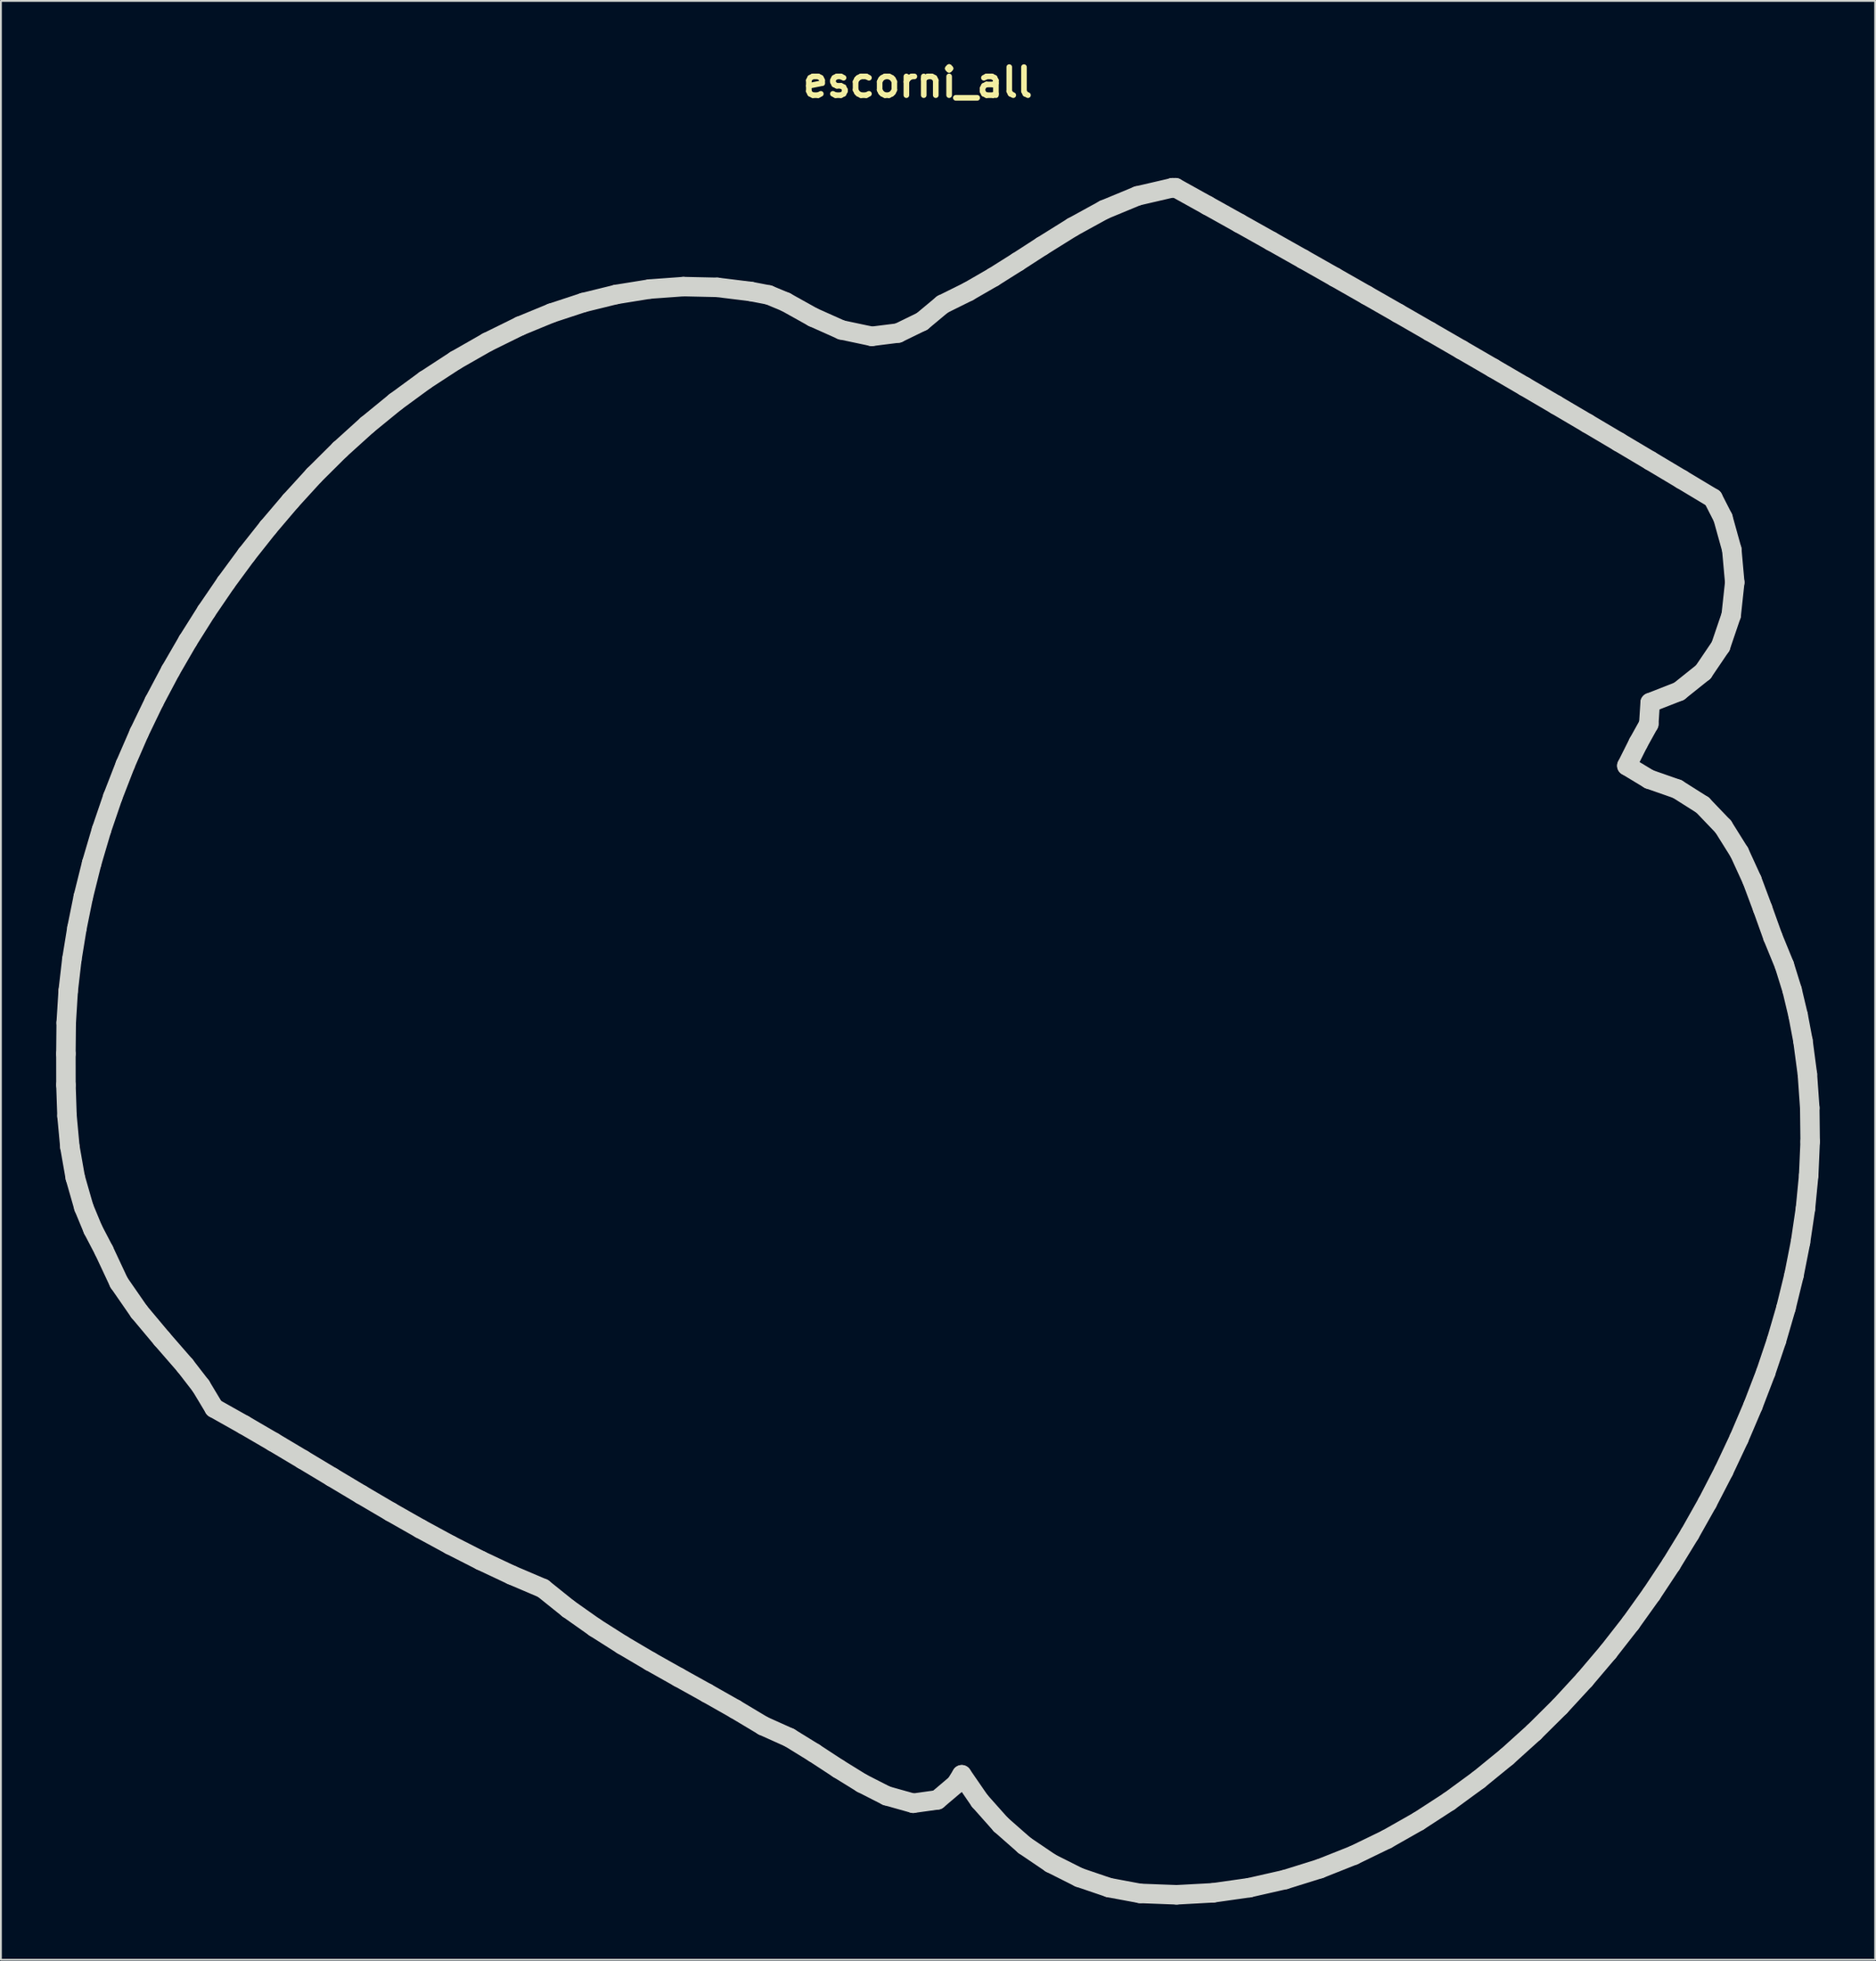
<source format=kicad_pcb>
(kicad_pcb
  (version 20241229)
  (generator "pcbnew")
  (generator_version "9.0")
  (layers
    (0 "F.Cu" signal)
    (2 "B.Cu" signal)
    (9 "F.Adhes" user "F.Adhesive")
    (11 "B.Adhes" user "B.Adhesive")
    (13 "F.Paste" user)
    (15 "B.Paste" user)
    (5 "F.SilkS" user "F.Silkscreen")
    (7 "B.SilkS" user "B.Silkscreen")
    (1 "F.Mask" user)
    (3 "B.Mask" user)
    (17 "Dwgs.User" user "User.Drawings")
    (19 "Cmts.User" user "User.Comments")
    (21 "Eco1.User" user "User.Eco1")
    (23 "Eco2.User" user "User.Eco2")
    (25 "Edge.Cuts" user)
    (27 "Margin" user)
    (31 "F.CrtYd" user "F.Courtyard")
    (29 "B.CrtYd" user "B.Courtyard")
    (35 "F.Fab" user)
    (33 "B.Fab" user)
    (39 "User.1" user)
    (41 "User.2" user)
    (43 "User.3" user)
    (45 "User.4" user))
  (footprint "escorni_all"
    (layer "F.Cu")
    (at 46.789 52.149)
    (property "Reference" "escorni_all" (at 0 -50.722 0) (layer "F.SilkS") (effects (font (size 1.524 1.524) (thickness 0.305))))
    (attr smd)
    (fp_line (start -46.26 2.012) (end -46.258 3.7) (stroke (width 1.058) (type solid)) (layer "Edge.Cuts"))
    (fp_line (start -46.258 3.7) (end -46.2 5.387) (stroke (width 1.058) (type solid)) (layer "Edge.Cuts"))
    (fp_line (start -46.243 0.324) (end -46.26 2.012) (stroke (width 1.058) (type solid)) (layer "Edge.Cuts"))
    (fp_line (start -46.2 5.387) (end -46.044 7.067) (stroke (width 1.058) (type solid)) (layer "Edge.Cuts"))
    (fp_line (start -46.136 -1.398) (end -46.243 0.324) (stroke (width 1.058) (type solid)) (layer "Edge.Cuts"))
    (fp_line (start -46.044 7.067) (end -45.752 8.729) (stroke (width 1.058) (type solid)) (layer "Edge.Cuts"))
    (fp_line (start -45.937 -3.112) (end -46.136 -1.398) (stroke (width 1.058) (type solid)) (layer "Edge.Cuts"))
    (fp_line (start -45.752 8.729) (end -45.287 10.351) (stroke (width 1.058) (type solid)) (layer "Edge.Cuts"))
    (fp_line (start -45.66 -4.814) (end -45.937 -3.112) (stroke (width 1.058) (type solid)) (layer "Edge.Cuts"))
    (fp_line (start -45.317 -6.505) (end -45.66 -4.814) (stroke (width 1.058) (type solid)) (layer "Edge.Cuts"))
    (fp_line (start -45.287 10.351) (end -44.792 11.546) (stroke (width 1.058) (type solid)) (layer "Edge.Cuts"))
    (fp_line (start -44.861 -8.335) (end -45.317 -6.505) (stroke (width 1.058) (type solid)) (layer "Edge.Cuts"))
    (fp_line (start -44.792 11.546) (end -44.193 12.694) (stroke (width 1.058) (type solid)) (layer "Edge.Cuts"))
    (fp_line (start -44.327 -10.144) (end -44.861 -8.335) (stroke (width 1.058) (type solid)) (layer "Edge.Cuts"))
    (fp_line (start -44.193 12.694) (end -43.378 14.434) (stroke (width 1.058) (type solid)) (layer "Edge.Cuts"))
    (fp_line (start -43.718 -11.929) (end -44.327 -10.144) (stroke (width 1.058) (type solid)) (layer "Edge.Cuts"))
    (fp_line (start -43.378 14.434) (end -42.283 16.015) (stroke (width 1.058) (type solid)) (layer "Edge.Cuts"))
    (fp_line (start -43.036 -13.687) (end -43.718 -11.929) (stroke (width 1.058) (type solid)) (layer "Edge.Cuts"))
    (fp_line (start -42.285 -15.417) (end -43.036 -13.687) (stroke (width 1.058) (type solid)) (layer "Edge.Cuts"))
    (fp_line (start -42.283 16.015) (end -41.048 17.489) (stroke (width 1.058) (type solid)) (layer "Edge.Cuts"))
    (fp_line (start -41.466 -17.116) (end -42.285 -15.417) (stroke (width 1.058) (type solid)) (layer "Edge.Cuts"))
    (fp_line (start -41.048 17.489) (end -39.785 18.941) (stroke (width 1.058) (type solid)) (layer "Edge.Cuts"))
    (fp_line (start -40.583 -18.782) (end -41.466 -17.116) (stroke (width 1.058) (type solid)) (layer "Edge.Cuts"))
    (fp_line (start -39.785 18.941) (end -38.929 20.048) (stroke (width 1.058) (type solid)) (layer "Edge.Cuts"))
    (fp_line (start -39.637 -20.414) (end -40.583 -18.782) (stroke (width 1.058) (type solid)) (layer "Edge.Cuts"))
    (fp_line (start -38.929 20.048) (end -38.209 21.247) (stroke (width 1.058) (type solid)) (layer "Edge.Cuts"))
    (fp_line (start -38.632 -22.009) (end -39.637 -20.414) (stroke (width 1.058) (type solid)) (layer "Edge.Cuts"))
    (fp_line (start -38.209 21.247) (end -36.594 22.155) (stroke (width 1.058) (type solid)) (layer "Edge.Cuts"))
    (fp_line (start -37.569 -23.567) (end -38.632 -22.009) (stroke (width 1.058) (type solid)) (layer "Edge.Cuts"))
    (fp_line (start -36.594 22.155) (end -34.993 23.088) (stroke (width 1.058) (type solid)) (layer "Edge.Cuts"))
    (fp_line (start -36.451 -25.086) (end -37.569 -23.567) (stroke (width 1.058) (type solid)) (layer "Edge.Cuts"))
    (fp_line (start -35.28 -26.564) (end -36.451 -25.086) (stroke (width 1.058) (type solid)) (layer "Edge.Cuts"))
    (fp_line (start -34.993 23.088) (end -33.401 24.037) (stroke (width 1.058) (type solid)) (layer "Edge.Cuts"))
    (fp_line (start -34.058 -28.001) (end -35.28 -26.564) (stroke (width 1.058) (type solid)) (layer "Edge.Cuts"))
    (fp_line (start -33.401 24.037) (end -31.812 24.991) (stroke (width 1.058) (type solid)) (layer "Edge.Cuts"))
    (fp_line (start -32.787 -29.394) (end -34.058 -28.001) (stroke (width 1.058) (type solid)) (layer "Edge.Cuts"))
    (fp_line (start -31.812 24.991) (end -30.222 25.942) (stroke (width 1.058) (type solid)) (layer "Edge.Cuts"))
    (fp_line (start -31.378 -30.794) (end -32.787 -29.394) (stroke (width 1.058) (type solid)) (layer "Edge.Cuts"))
    (fp_line (start -30.222 25.942) (end -28.624 26.88) (stroke (width 1.058) (type solid)) (layer "Edge.Cuts"))
    (fp_line (start -29.905 -32.126) (end -31.378 -30.794) (stroke (width 1.058) (type solid)) (layer "Edge.Cuts"))
    (fp_line (start -28.624 26.88) (end -27.012 27.796) (stroke (width 1.058) (type solid)) (layer "Edge.Cuts"))
    (fp_line (start -28.367 -33.382) (end -29.905 -32.126) (stroke (width 1.058) (type solid)) (layer "Edge.Cuts"))
    (fp_line (start -27.012 27.796) (end -25.384 28.68) (stroke (width 1.058) (type solid)) (layer "Edge.Cuts"))
    (fp_line (start -26.765 -34.556) (end -28.367 -33.382) (stroke (width 1.058) (type solid)) (layer "Edge.Cuts"))
    (fp_line (start -25.384 28.68) (end -23.732 29.521) (stroke (width 1.058) (type solid)) (layer "Edge.Cuts"))
    (fp_line (start -25.101 -35.64) (end -26.765 -34.556) (stroke (width 1.058) (type solid)) (layer "Edge.Cuts"))
    (fp_line (start -23.732 29.521) (end -22.056 30.31) (stroke (width 1.058) (type solid)) (layer "Edge.Cuts"))
    (fp_line (start -23.376 -36.625) (end -25.101 -35.64) (stroke (width 1.058) (type solid)) (layer "Edge.Cuts"))
    (fp_line (start -22.056 30.31) (end -20.351 31.036) (stroke (width 1.058) (type solid)) (layer "Edge.Cuts"))
    (fp_line (start -21.595 -37.502) (end -23.376 -36.625) (stroke (width 1.058) (type solid)) (layer "Edge.Cuts"))
    (fp_line (start -20.351 31.036) (end -18.975 32.14) (stroke (width 1.058) (type solid)) (layer "Edge.Cuts"))
    (fp_line (start -19.897 -38.201) (end -21.595 -37.502) (stroke (width 1.058) (type solid)) (layer "Edge.Cuts"))
    (fp_line (start -18.975 32.14) (end -17.533 33.157) (stroke (width 1.058) (type solid)) (layer "Edge.Cuts"))
    (fp_line (start -18.154 -38.775) (end -19.897 -38.201) (stroke (width 1.058) (type solid)) (layer "Edge.Cuts"))
    (fp_line (start -17.533 33.157) (end -16.043 34.103) (stroke (width 1.058) (type solid)) (layer "Edge.Cuts"))
    (fp_line (start -16.371 -39.214) (end -18.154 -38.775) (stroke (width 1.058) (type solid)) (layer "Edge.Cuts"))
    (fp_line (start -16.043 34.103) (end -14.523 34.999) (stroke (width 1.058) (type solid)) (layer "Edge.Cuts"))
    (fp_line (start -14.559 -39.506) (end -16.371 -39.214) (stroke (width 1.058) (type solid)) (layer "Edge.Cuts"))
    (fp_line (start -14.523 34.999) (end -12.985 35.864) (stroke (width 1.058) (type solid)) (layer "Edge.Cuts"))
    (fp_line (start -12.985 35.864) (end -11.442 36.721) (stroke (width 1.058) (type solid)) (layer "Edge.Cuts"))
    (fp_line (start -12.728 -39.639) (end -14.559 -39.506) (stroke (width 1.058) (type solid)) (layer "Edge.Cuts"))
    (fp_line (start -11.442 36.721) (end -9.907 37.591) (stroke (width 1.058) (type solid)) (layer "Edge.Cuts"))
    (fp_line (start -10.893 -39.599) (end -12.728 -39.639) (stroke (width 1.058) (type solid)) (layer "Edge.Cuts"))
    (fp_line (start -9.907 37.591) (end -8.393 38.497) (stroke (width 1.058) (type solid)) (layer "Edge.Cuts"))
    (fp_line (start -9.071 -39.375) (end -10.893 -39.599) (stroke (width 1.058) (type solid)) (layer "Edge.Cuts"))
    (fp_line (start -8.393 38.497) (end -6.963 39.139) (stroke (width 1.058) (type solid)) (layer "Edge.Cuts"))
    (fp_line (start -8.087 -39.185) (end -9.071 -39.375) (stroke (width 1.058) (type solid)) (layer "Edge.Cuts"))
    (fp_line (start -7.168 -38.803) (end -8.087 -39.185) (stroke (width 1.058) (type solid)) (layer "Edge.Cuts"))
    (fp_line (start -6.963 39.139) (end -5.627 39.963) (stroke (width 1.058) (type solid)) (layer "Edge.Cuts"))
    (fp_line (start -5.69 -37.979) (end -7.168 -38.803) (stroke (width 1.058) (type solid)) (layer "Edge.Cuts"))
    (fp_line (start -5.627 39.963) (end -4.313 40.822) (stroke (width 1.058) (type solid)) (layer "Edge.Cuts"))
    (fp_line (start -4.313 40.822) (end -3.033 41.612) (stroke (width 1.058) (type solid)) (layer "Edge.Cuts"))
    (fp_line (start -4.146 -37.289) (end -5.69 -37.979) (stroke (width 1.058) (type solid)) (layer "Edge.Cuts"))
    (fp_line (start -3.033 41.612) (end -1.693 42.294) (stroke (width 1.058) (type solid)) (layer "Edge.Cuts"))
    (fp_line (start -2.495 -36.939) (end -4.146 -37.289) (stroke (width 1.058) (type solid)) (layer "Edge.Cuts"))
    (fp_line (start -1.693 42.294) (end -0.249 42.7) (stroke (width 1.058) (type solid)) (layer "Edge.Cuts"))
    (fp_line (start -1.065 -37.118) (end -2.495 -36.939) (stroke (width 1.058) (type solid)) (layer "Edge.Cuts"))
    (fp_line (start -0.249 42.7) (end 1.067 42.516) (stroke (width 1.058) (type solid)) (layer "Edge.Cuts"))
    (fp_line (start 0.234 -37.75) (end -1.065 -37.118) (stroke (width 1.058) (type solid)) (layer "Edge.Cuts"))
    (fp_line (start 1.067 42.516) (end 2.081 41.657) (stroke (width 1.058) (type solid)) (layer "Edge.Cuts"))
    (fp_line (start 1.346 -38.676) (end 0.234 -37.75) (stroke (width 1.058) (type solid)) (layer "Edge.Cuts"))
    (fp_line (start 2.081 41.657) (end 2.391 41.154) (stroke (width 1.058) (type solid)) (layer "Edge.Cuts"))
    (fp_line (start 2.391 41.154) (end 3.366 42.57) (stroke (width 1.058) (type solid)) (layer "Edge.Cuts"))
    (fp_line (start 2.748 -39.371) (end 1.346 -38.676) (stroke (width 1.058) (type solid)) (layer "Edge.Cuts"))
    (fp_line (start 3.366 42.57) (end 4.508 43.854) (stroke (width 1.058) (type solid)) (layer "Edge.Cuts"))
    (fp_line (start 4.104 -40.153) (end 2.748 -39.371) (stroke (width 1.058) (type solid)) (layer "Edge.Cuts"))
    (fp_line (start 4.508 43.854) (end 5.799 44.989) (stroke (width 1.058) (type solid)) (layer "Edge.Cuts"))
    (fp_line (start 5.429 -40.987) (end 4.104 -40.153) (stroke (width 1.058) (type solid)) (layer "Edge.Cuts"))
    (fp_line (start 5.799 44.989) (end 7.222 45.953) (stroke (width 1.058) (type solid)) (layer "Edge.Cuts"))
    (fp_line (start 6.744 -41.837) (end 5.429 -40.987) (stroke (width 1.058) (type solid)) (layer "Edge.Cuts"))
    (fp_line (start 7.222 45.953) (end 8.758 46.725) (stroke (width 1.058) (type solid)) (layer "Edge.Cuts"))
    (fp_line (start 8.407 -42.873) (end 6.744 -41.837) (stroke (width 1.058) (type solid)) (layer "Edge.Cuts"))
    (fp_line (start 8.758 46.725) (end 10.384 47.279) (stroke (width 1.058) (type solid)) (layer "Edge.Cuts"))
    (fp_line (start 10.124 -43.815) (end 8.407 -42.873) (stroke (width 1.058) (type solid)) (layer "Edge.Cuts"))
    (fp_line (start 10.384 47.279) (end 12.073 47.594) (stroke (width 1.058) (type solid)) (layer "Edge.Cuts"))
    (fp_line (start 11.933 -44.564) (end 10.124 -43.815) (stroke (width 1.058) (type solid)) (layer "Edge.Cuts"))
    (fp_line (start 12.073 47.594) (end 14.058 47.669) (stroke (width 1.058) (type solid)) (layer "Edge.Cuts"))
    (fp_line (start 13.838 -45.006) (end 13.838 -45.006) (stroke (width 1.058) (type solid)) (layer "Edge.Cuts"))
    (fp_line (start 13.838 -45.006) (end 11.933 -44.564) (stroke (width 1.058) (type solid)) (layer "Edge.Cuts"))
    (fp_line (start 14.001 -45.007) (end 13.838 -45.006) (stroke (width 1.058) (type solid)) (layer "Edge.Cuts"))
    (fp_line (start 14.058 47.669) (end 16.042 47.562) (stroke (width 1.058) (type solid)) (layer "Edge.Cuts"))
    (fp_line (start 15.735 -44.044) (end 14.001 -45.007) (stroke (width 1.058) (type solid)) (layer "Edge.Cuts"))
    (fp_line (start 16.042 47.562) (end 18.009 47.283) (stroke (width 1.058) (type solid)) (layer "Edge.Cuts"))
    (fp_line (start 17.466 -43.078) (end 15.735 -44.044) (stroke (width 1.058) (type solid)) (layer "Edge.Cuts"))
    (fp_line (start 18.009 47.283) (end 19.946 46.843) (stroke (width 1.058) (type solid)) (layer "Edge.Cuts"))
    (fp_line (start 19.195 -42.108) (end 17.466 -43.078) (stroke (width 1.058) (type solid)) (layer "Edge.Cuts"))
    (fp_line (start 19.946 46.843) (end 21.842 46.252) (stroke (width 1.058) (type solid)) (layer "Edge.Cuts"))
    (fp_line (start 20.922 -41.135) (end 19.195 -42.108) (stroke (width 1.058) (type solid)) (layer "Edge.Cuts"))
    (fp_line (start 21.842 46.252) (end 23.689 45.518) (stroke (width 1.058) (type solid)) (layer "Edge.Cuts"))
    (fp_line (start 22.648 -40.157) (end 20.922 -41.135) (stroke (width 1.058) (type solid)) (layer "Edge.Cuts"))
    (fp_line (start 23.689 45.518) (end 25.476 44.651) (stroke (width 1.058) (type solid)) (layer "Edge.Cuts"))
    (fp_line (start 24.371 -39.176) (end 22.648 -40.157) (stroke (width 1.058) (type solid)) (layer "Edge.Cuts"))
    (fp_line (start 25.476 44.651) (end 27.199 43.673) (stroke (width 1.058) (type solid)) (layer "Edge.Cuts"))
    (fp_line (start 26.092 -38.192) (end 24.371 -39.176) (stroke (width 1.058) (type solid)) (layer "Edge.Cuts"))
    (fp_line (start 27.199 43.673) (end 28.862 42.594) (stroke (width 1.058) (type solid)) (layer "Edge.Cuts"))
    (fp_line (start 27.81 -37.204) (end 26.092 -38.192) (stroke (width 1.058) (type solid)) (layer "Edge.Cuts"))
    (fp_line (start 28.862 42.594) (end 30.461 41.424) (stroke (width 1.058) (type solid)) (layer "Edge.Cuts"))
    (fp_line (start 29.527 -36.212) (end 27.81 -37.204) (stroke (width 1.058) (type solid)) (layer "Edge.Cuts"))
    (fp_line (start 30.461 41.424) (end 31.997 40.171) (stroke (width 1.058) (type solid)) (layer "Edge.Cuts"))
    (fp_line (start 31.242 -35.217) (end 29.527 -36.212) (stroke (width 1.058) (type solid)) (layer "Edge.Cuts"))
    (fp_line (start 31.997 40.171) (end 33.468 38.843) (stroke (width 1.058) (type solid)) (layer "Edge.Cuts"))
    (fp_line (start 32.955 -34.218) (end 31.242 -35.217) (stroke (width 1.058) (type solid)) (layer "Edge.Cuts"))
    (fp_line (start 33.468 38.843) (end 34.875 37.447) (stroke (width 1.058) (type solid)) (layer "Edge.Cuts"))
    (fp_line (start 34.665 -33.216) (end 32.955 -34.218) (stroke (width 1.058) (type solid)) (layer "Edge.Cuts"))
    (fp_line (start 34.875 37.447) (end 36.218 35.99) (stroke (width 1.058) (type solid)) (layer "Edge.Cuts"))
    (fp_line (start 36.218 35.99) (end 37.5 34.479) (stroke (width 1.058) (type solid)) (layer "Edge.Cuts"))
    (fp_line (start 36.374 -32.21) (end 34.665 -33.216) (stroke (width 1.058) (type solid)) (layer "Edge.Cuts"))
    (fp_line (start 37.5 34.479) (end 38.721 32.917) (stroke (width 1.058) (type solid)) (layer "Edge.Cuts"))
    (fp_line (start 38.08 -31.2) (end 36.374 -32.21) (stroke (width 1.058) (type solid)) (layer "Edge.Cuts"))
    (fp_line (start 38.51 -13.626) (end 39.13 -14.862) (stroke (width 1.058) (type solid)) (layer "Edge.Cuts"))
    (fp_line (start 38.721 32.917) (end 39.849 31.34) (stroke (width 1.058) (type solid)) (layer "Edge.Cuts"))
    (fp_line (start 39.13 -14.862) (end 39.701 -15.891) (stroke (width 1.058) (type solid)) (layer "Edge.Cuts"))
    (fp_line (start 39.701 -15.891) (end 39.776 -17.053) (stroke (width 1.058) (type solid)) (layer "Edge.Cuts"))
    (fp_line (start 39.719 -12.896) (end 38.51 -13.626) (stroke (width 1.058) (type solid)) (layer "Edge.Cuts"))
    (fp_line (start 39.776 -17.053) (end 41.343 -17.666) (stroke (width 1.058) (type solid)) (layer "Edge.Cuts"))
    (fp_line (start 39.785 -30.187) (end 38.08 -31.2) (stroke (width 1.058) (type solid)) (layer "Edge.Cuts"))
    (fp_line (start 39.849 31.34) (end 40.919 29.724) (stroke (width 1.058) (type solid)) (layer "Edge.Cuts"))
    (fp_line (start 40.919 29.724) (end 41.931 28.07) (stroke (width 1.058) (type solid)) (layer "Edge.Cuts"))
    (fp_line (start 41.251 -12.36) (end 39.719 -12.896) (stroke (width 1.058) (type solid)) (layer "Edge.Cuts"))
    (fp_line (start 41.343 -17.666) (end 42.658 -18.717) (stroke (width 1.058) (type solid)) (layer "Edge.Cuts"))
    (fp_line (start 41.487 -29.171) (end 39.785 -30.187) (stroke (width 1.058) (type solid)) (layer "Edge.Cuts"))
    (fp_line (start 41.931 28.07) (end 42.883 26.38) (stroke (width 1.058) (type solid)) (layer "Edge.Cuts"))
    (fp_line (start 42.622 -11.493) (end 41.251 -12.36) (stroke (width 1.058) (type solid)) (layer "Edge.Cuts"))
    (fp_line (start 42.658 -18.717) (end 43.602 -20.11) (stroke (width 1.058) (type solid)) (layer "Edge.Cuts"))
    (fp_line (start 42.883 26.38) (end 43.773 24.658) (stroke (width 1.058) (type solid)) (layer "Edge.Cuts"))
    (fp_line (start 43.187 -28.151) (end 41.487 -29.171) (stroke (width 1.058) (type solid)) (layer "Edge.Cuts"))
    (fp_line (start 43.602 -20.11) (end 44.177 -21.802) (stroke (width 1.058) (type solid)) (layer "Edge.Cuts"))
    (fp_line (start 43.73 -27.087) (end 43.187 -28.151) (stroke (width 1.058) (type solid)) (layer "Edge.Cuts"))
    (fp_line (start 43.744 -10.321) (end 42.622 -11.493) (stroke (width 1.058) (type solid)) (layer "Edge.Cuts"))
    (fp_line (start 43.773 24.658) (end 44.599 22.904) (stroke (width 1.058) (type solid)) (layer "Edge.Cuts"))
    (fp_line (start 44.177 -21.802) (end 44.369 -23.581) (stroke (width 1.058) (type solid)) (layer "Edge.Cuts"))
    (fp_line (start 44.209 -25.362) (end 43.73 -27.087) (stroke (width 1.058) (type solid)) (layer "Edge.Cuts"))
    (fp_line (start 44.369 -23.581) (end 44.209 -25.362) (stroke (width 1.058) (type solid)) (layer "Edge.Cuts"))
    (fp_line (start 44.599 22.904) (end 45.36 21.12) (stroke (width 1.058) (type solid)) (layer "Edge.Cuts"))
    (fp_line (start 44.618 -8.924) (end 43.744 -10.321) (stroke (width 1.058) (type solid)) (layer "Edge.Cuts"))
    (fp_line (start 45.305 -7.425) (end 44.618 -8.924) (stroke (width 1.058) (type solid)) (layer "Edge.Cuts"))
    (fp_line (start 45.36 21.12) (end 46.054 19.31) (stroke (width 1.058) (type solid)) (layer "Edge.Cuts"))
    (fp_line (start 45.882 -5.88) (end 45.305 -7.425) (stroke (width 1.058) (type solid)) (layer "Edge.Cuts"))
    (fp_line (start 46.054 19.31) (end 46.638 17.574) (stroke (width 1.058) (type solid)) (layer "Edge.Cuts"))
    (fp_line (start 46.439 -4.327) (end 45.882 -5.88) (stroke (width 1.058) (type solid)) (layer "Edge.Cuts"))
    (fp_line (start 46.638 17.574) (end 47.15 15.816) (stroke (width 1.058) (type solid)) (layer "Edge.Cuts"))
    (fp_line (start 47.064 -2.801) (end 46.439 -4.327) (stroke (width 1.058) (type solid)) (layer "Edge.Cuts"))
    (fp_line (start 47.15 15.816) (end 47.586 14.037) (stroke (width 1.058) (type solid)) (layer "Edge.Cuts"))
    (fp_line (start 47.483 -1.454) (end 47.064 -2.801) (stroke (width 1.058) (type solid)) (layer "Edge.Cuts"))
    (fp_line (start 47.586 14.037) (end 47.94 12.241) (stroke (width 1.058) (type solid)) (layer "Edge.Cuts"))
    (fp_line (start 47.81 -0.082) (end 47.483 -1.454) (stroke (width 1.058) (type solid)) (layer "Edge.Cuts"))
    (fp_line (start 47.94 12.241) (end 48.208 10.429) (stroke (width 1.058) (type solid)) (layer "Edge.Cuts"))
    (fp_line (start 48.073 1.304) (end 47.81 -0.082) (stroke (width 1.058) (type solid)) (layer "Edge.Cuts"))
    (fp_line (start 48.208 10.429) (end 48.385 8.606) (stroke (width 1.058) (type solid)) (layer "Edge.Cuts"))
    (fp_line (start 48.314 3.119) (end 48.073 1.304) (stroke (width 1.058) (type solid)) (layer "Edge.Cuts"))
    (fp_line (start 48.385 8.606) (end 48.465 6.777) (stroke (width 1.058) (type solid)) (layer "Edge.Cuts"))
    (fp_line (start 48.443 4.946) (end 48.314 3.119) (stroke (width 1.058) (type solid)) (layer "Edge.Cuts"))
    (fp_line (start 48.465 6.777) (end 48.443 4.946) (stroke (width 1.058) (type solid)) (layer "Edge.Cuts")))
  (gr_rect
    (start -3 -3)
    (end 98.783 103.347)
    (stroke (width 0.1) (type default))
    (fill no)
    (layer "Edge.Cuts")))
</source>
